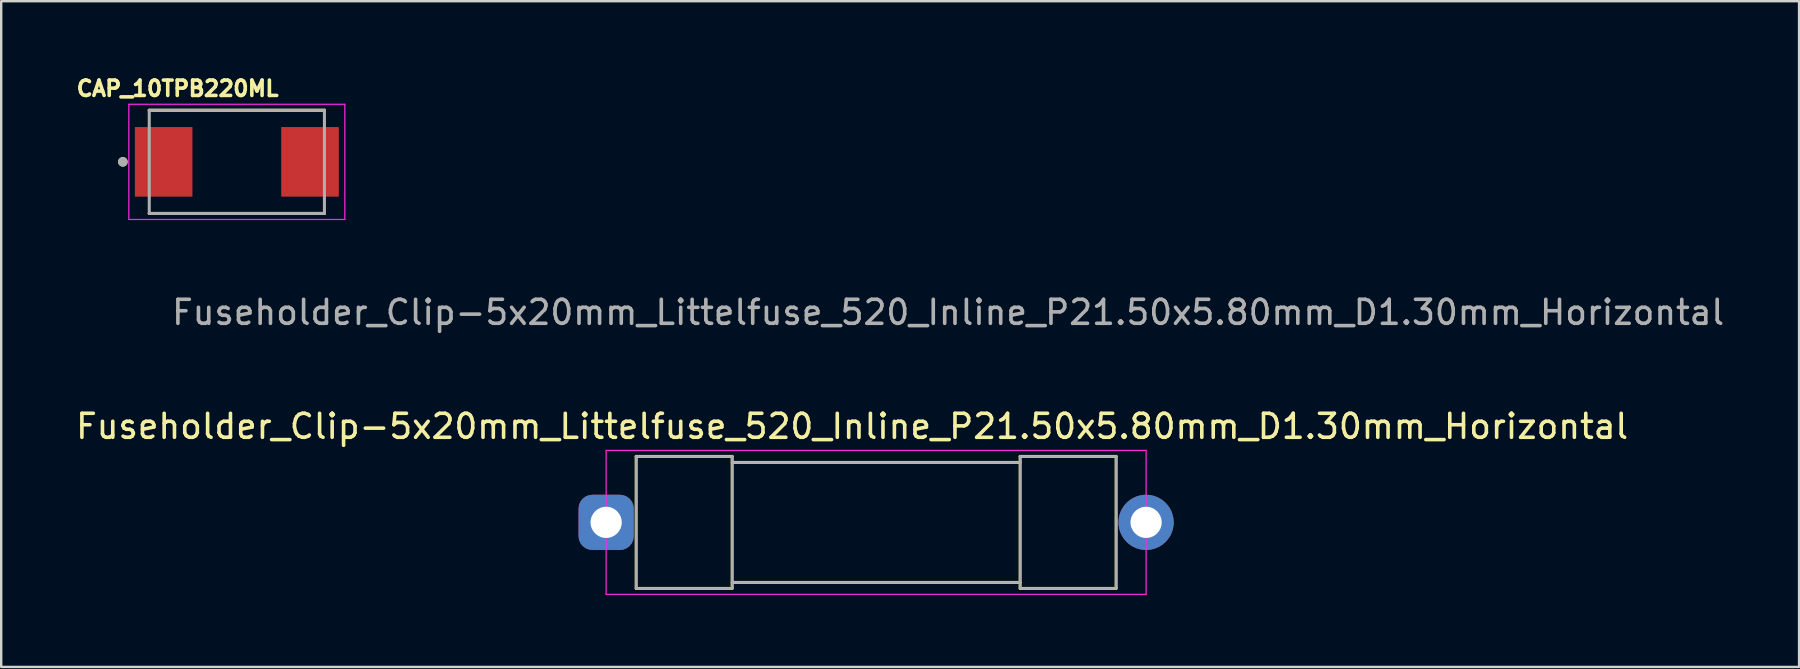
<source format=kicad_pcb>
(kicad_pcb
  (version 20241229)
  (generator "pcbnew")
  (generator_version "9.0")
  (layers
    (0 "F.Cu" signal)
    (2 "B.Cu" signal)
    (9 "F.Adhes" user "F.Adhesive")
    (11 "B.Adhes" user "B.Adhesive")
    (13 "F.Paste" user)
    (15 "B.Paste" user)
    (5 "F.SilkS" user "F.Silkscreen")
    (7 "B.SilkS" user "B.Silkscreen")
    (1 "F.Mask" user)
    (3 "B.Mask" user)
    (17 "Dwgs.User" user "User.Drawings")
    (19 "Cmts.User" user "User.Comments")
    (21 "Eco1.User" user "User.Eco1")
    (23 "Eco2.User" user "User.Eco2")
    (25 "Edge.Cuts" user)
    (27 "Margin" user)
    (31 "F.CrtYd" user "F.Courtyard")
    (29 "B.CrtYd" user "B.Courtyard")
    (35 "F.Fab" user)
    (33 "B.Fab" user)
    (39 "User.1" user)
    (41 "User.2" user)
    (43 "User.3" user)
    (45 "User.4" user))
  (footprint "Fuseholder_Clip-5x20mm_Littelfuse_520_Inline_P21.50x5.80mm_D1.30mm_Horizontal"
    (layer "F.Cu")
    (at 22.208 18.717)
    (property "Reference" "Fuseholder_Clip-5x20mm_Littelfuse_520_Inline_P21.50x5.80mm_D1.30mm_Horizontal" (at 10.25 -4 0) (layer "F.SilkS") (effects (font (size 1 1) (thickness 0.15))))
    (attr through_hole)
    (fp_line (start 1.25 2.75) (end 1.25 -2.75) (stroke (width 0.12) (type solid)) (layer "F.SilkS"))
    (fp_line (start 1.25 2.75) (end 5.25 2.75) (stroke (width 0.12) (type solid)) (layer "F.SilkS"))
    (fp_line (start 5.25 -2.75) (end 1.25 -2.75) (stroke (width 0.12) (type solid)) (layer "F.SilkS"))
    (fp_line (start 5.25 -2.75) (end 5.25 2.75) (stroke (width 0.12) (type solid)) (layer "F.SilkS"))
    (fp_line (start 17.25 -2.75) (end 17.25 2.75) (stroke (width 0.12) (type solid)) (layer "F.SilkS"))
    (fp_line (start 17.25 -2.5) (end 5.25 -2.5) (stroke (width 0.12) (type solid)) (layer "F.SilkS"))
    (fp_line (start 17.25 2.5) (end 5.25 2.5) (stroke (width 0.12) (type solid)) (layer "F.SilkS"))
    (fp_line (start 17.25 2.75) (end 21.25 2.75) (stroke (width 0.12) (type solid)) (layer "F.SilkS"))
    (fp_line (start 21.25 -2.75) (end 17.25 -2.75) (stroke (width 0.12) (type solid)) (layer "F.SilkS"))
    (fp_line (start 21.25 2.75) (end 21.25 -2.75) (stroke (width 0.12) (type solid)) (layer "F.SilkS"))
    (fp_line (start 0 -3) (end 0 3) (stroke (width 0.05) (type solid)) (layer "F.CrtYd"))
    (fp_line (start 0 -3) (end 22.5 -3) (stroke (width 0.05) (type solid)) (layer "F.CrtYd"))
    (fp_line (start 22.5 3) (end 0 3) (stroke (width 0.05) (type solid)) (layer "F.CrtYd"))
    (fp_line (start 22.5 3) (end 22.5 -3) (stroke (width 0.05) (type solid)) (layer "F.CrtYd"))
    (fp_line (start 1.25 -2.75) (end 5.25 -2.75) (stroke (width 0.1) (type solid)) (layer "F.Fab"))
    (fp_line (start 1.25 2.75) (end 1.25 -2.75) (stroke (width 0.1) (type solid)) (layer "F.Fab"))
    (fp_line (start 5.25 -2.75) (end 5.25 2.75) (stroke (width 0.1) (type solid)) (layer "F.Fab"))
    (fp_line (start 5.25 2.75) (end 1.25 2.75) (stroke (width 0.1) (type solid)) (layer "F.Fab"))
    (fp_line (start 5.3 -2.5) (end 17.25 -2.5) (stroke (width 0.1) (type solid)) (layer "F.Fab"))
    (fp_line (start 17.25 -2.75) (end 17.25 2.75) (stroke (width 0.1) (type solid)) (layer "F.Fab"))
    (fp_line (start 17.25 2.5) (end 5.25 2.5) (stroke (width 0.1) (type solid)) (layer "F.Fab"))
    (fp_line (start 17.25 2.75) (end 21.25 2.75) (stroke (width 0.1) (type solid)) (layer "F.Fab"))
    (fp_line (start 21.25 -2.75) (end 17.25 -2.75) (stroke (width 0.1) (type solid)) (layer "F.Fab"))
    (fp_line (start 21.25 2.75) (end 21.25 -2.75) (stroke (width 0.1) (type solid)) (layer "F.Fab"))
    (fp_text user "${REFERENCE}" (at 14.25 -8.75 0) (layer "F.Fab") (effects (font (size 1 1) (thickness 0.15))))
    (pad "1" thru_hole roundrect (at 0 0) (size 2.3 2.3) (drill 1.3) (layers "*.Cu" "*.Mask") (roundrect_rratio 0.25))
    (pad "2" thru_hole circle (at 22.5 0) (size 2.3 2.3) (drill 1.3) (layers "*.Cu" "*.Mask")))
  (footprint "CAP_10TPB220ML"
    (layer "F.Cu")
    (at 6.819 3.694)
    (property "Reference" "CAP_10TPB220ML" (at -2.468 -3.056 0) (layer "F.SilkS") (effects (font (size 0.64 0.64) (thickness 0.15))))
    (attr smd)
    (fp_line (start -3.65 -2.15) (end 3.65 -2.15) (stroke (width 0.127) (type solid)) (layer "F.SilkS"))
    (fp_line (start -3.65 2.15) (end 3.65 2.15) (stroke (width 0.127) (type solid)) (layer "F.SilkS"))
    (fp_circle (center -4.75 0) (end -4.65 0) (stroke (width 0.2) (type solid)) (fill no) (layer "F.SilkS"))
    (fp_line (start -4.5 -2.4) (end -4.5 2.4) (stroke (width 0.05) (type solid)) (layer "F.CrtYd"))
    (fp_line (start -4.5 2.4) (end 4.5 2.4) (stroke (width 0.05) (type solid)) (layer "F.CrtYd"))
    (fp_line (start 4.5 -2.4) (end -4.5 -2.4) (stroke (width 0.05) (type solid)) (layer "F.CrtYd"))
    (fp_line (start 4.5 2.4) (end 4.5 -2.4) (stroke (width 0.05) (type solid)) (layer "F.CrtYd"))
    (fp_line (start -3.65 -2.15) (end -3.65 2.15) (stroke (width 0.127) (type solid)) (layer "F.Fab"))
    (fp_line (start -3.65 -2.15) (end 3.65 -2.15) (stroke (width 0.127) (type solid)) (layer "F.Fab"))
    (fp_line (start -3.65 2.15) (end 3.65 2.15) (stroke (width 0.127) (type solid)) (layer "F.Fab"))
    (fp_line (start 3.65 -2.15) (end 3.65 2.15) (stroke (width 0.127) (type solid)) (layer "F.Fab"))
    (fp_circle (center -4.75 0) (end -4.65 0) (stroke (width 0.2) (type solid)) (fill no) (layer "F.Fab"))
    (pad "1" smd rect (at -3.05 0) (size 2.4 2.9) (layers "F.Cu" "F.Mask" "F.Paste"))
    (pad "2" smd rect (at 3.05 0) (size 2.4 2.9) (layers "F.Cu" "F.Mask" "F.Paste")))
  (gr_rect
    (start -3 -3)
    (end 71.917 24.742)
    (stroke (width 0.1) (type default))
    (fill no)
    (layer "Edge.Cuts")))
</source>
